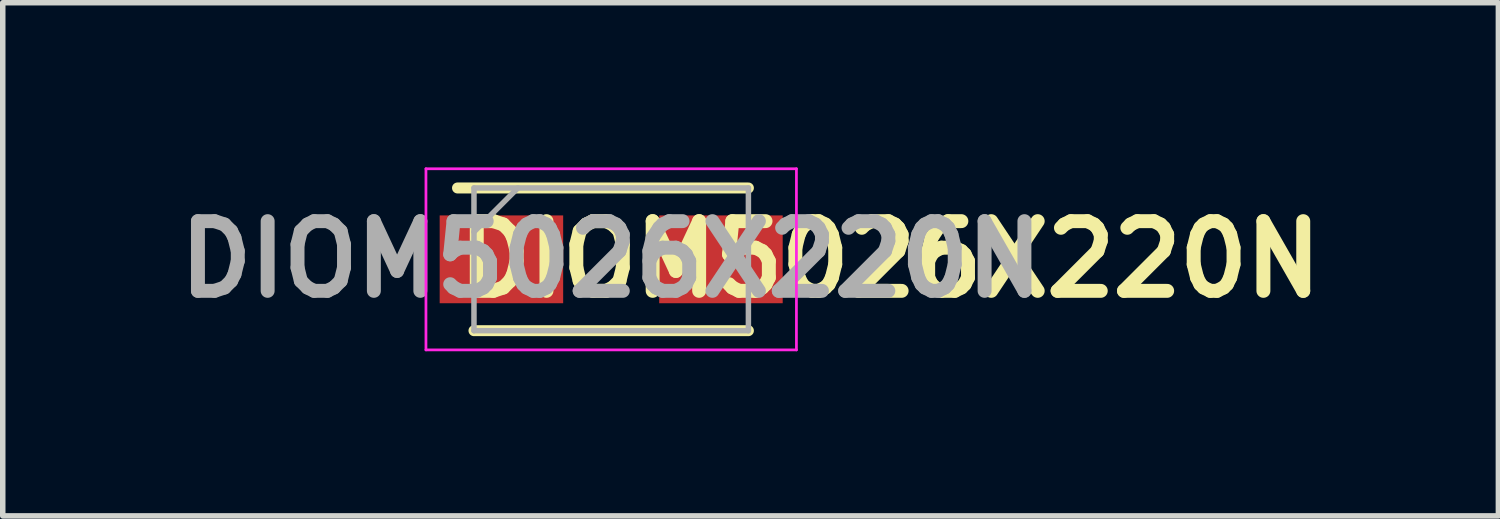
<source format=kicad_pcb>
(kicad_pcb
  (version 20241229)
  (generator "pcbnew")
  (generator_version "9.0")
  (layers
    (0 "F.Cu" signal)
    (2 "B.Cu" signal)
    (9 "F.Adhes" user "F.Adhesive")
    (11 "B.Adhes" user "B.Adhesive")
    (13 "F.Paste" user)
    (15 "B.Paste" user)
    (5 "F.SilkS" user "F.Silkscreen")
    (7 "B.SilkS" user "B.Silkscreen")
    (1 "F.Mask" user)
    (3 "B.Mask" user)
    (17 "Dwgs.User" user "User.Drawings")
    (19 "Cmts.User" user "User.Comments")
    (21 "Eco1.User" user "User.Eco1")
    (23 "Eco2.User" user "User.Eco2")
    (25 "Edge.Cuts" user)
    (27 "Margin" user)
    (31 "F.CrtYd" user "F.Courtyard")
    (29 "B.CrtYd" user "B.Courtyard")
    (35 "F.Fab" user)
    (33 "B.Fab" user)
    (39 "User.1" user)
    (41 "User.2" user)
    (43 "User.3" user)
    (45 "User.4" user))
  (footprint "DIOM5026X220N"
    (layer "F.Cu")
    (at 8.086 1.675)
    (property "Reference" "DIOM5026X220N" (at 5.08 0 180) (layer "F.SilkS") (effects (font (size 1.27 1.27) (thickness 0.254))))
    (attr smd)
    (fp_line (start -2.5 1.3) (end 2.5 1.3) (stroke (width 0.2) (type solid)) (layer "F.SilkS"))
    (fp_line (start 2.5 -1.3) (end -2.8 -1.3) (stroke (width 0.2) (type solid)) (layer "F.SilkS"))
    (fp_line (start -3.375 -1.65) (end 3.375 -1.65) (stroke (width 0.05) (type solid)) (layer "F.CrtYd"))
    (fp_line (start -3.375 1.65) (end -3.375 -1.65) (stroke (width 0.05) (type solid)) (layer "F.CrtYd"))
    (fp_line (start 3.375 -1.65) (end 3.375 1.65) (stroke (width 0.05) (type solid)) (layer "F.CrtYd"))
    (fp_line (start 3.375 1.65) (end -3.375 1.65) (stroke (width 0.05) (type solid)) (layer "F.CrtYd"))
    (fp_line (start -2.5 -1.3) (end 2.5 -1.3) (stroke (width 0.1) (type solid)) (layer "F.Fab"))
    (fp_line (start -2.5 -0.5) (end -1.7 -1.3) (stroke (width 0.1) (type solid)) (layer "F.Fab"))
    (fp_line (start -2.5 1.3) (end -2.5 -1.3) (stroke (width 0.1) (type solid)) (layer "F.Fab"))
    (fp_line (start 2.5 -1.3) (end 2.5 1.3) (stroke (width 0.1) (type solid)) (layer "F.Fab"))
    (fp_line (start 2.5 1.3) (end -2.5 1.3) (stroke (width 0.1) (type solid)) (layer "F.Fab"))
    (fp_text user "${REFERENCE}" (at 0 0 180) (layer "F.Fab") (effects (font (size 1.27 1.27) (thickness 0.254))))
    (pad "1" smd rect (at -2 0 90) (size 1.6 2.25) (layers "F.Cu" "F.Mask" "F.Paste"))
    (pad "2" smd rect (at 2 0 90) (size 1.6 2.25) (layers "F.Cu" "F.Mask" "F.Paste")))
  (gr_rect
    (start -3 -3)
    (end 24.251 6.35)
    (stroke (width 0.1) (type default))
    (fill no)
    (layer "Edge.Cuts")))
</source>
